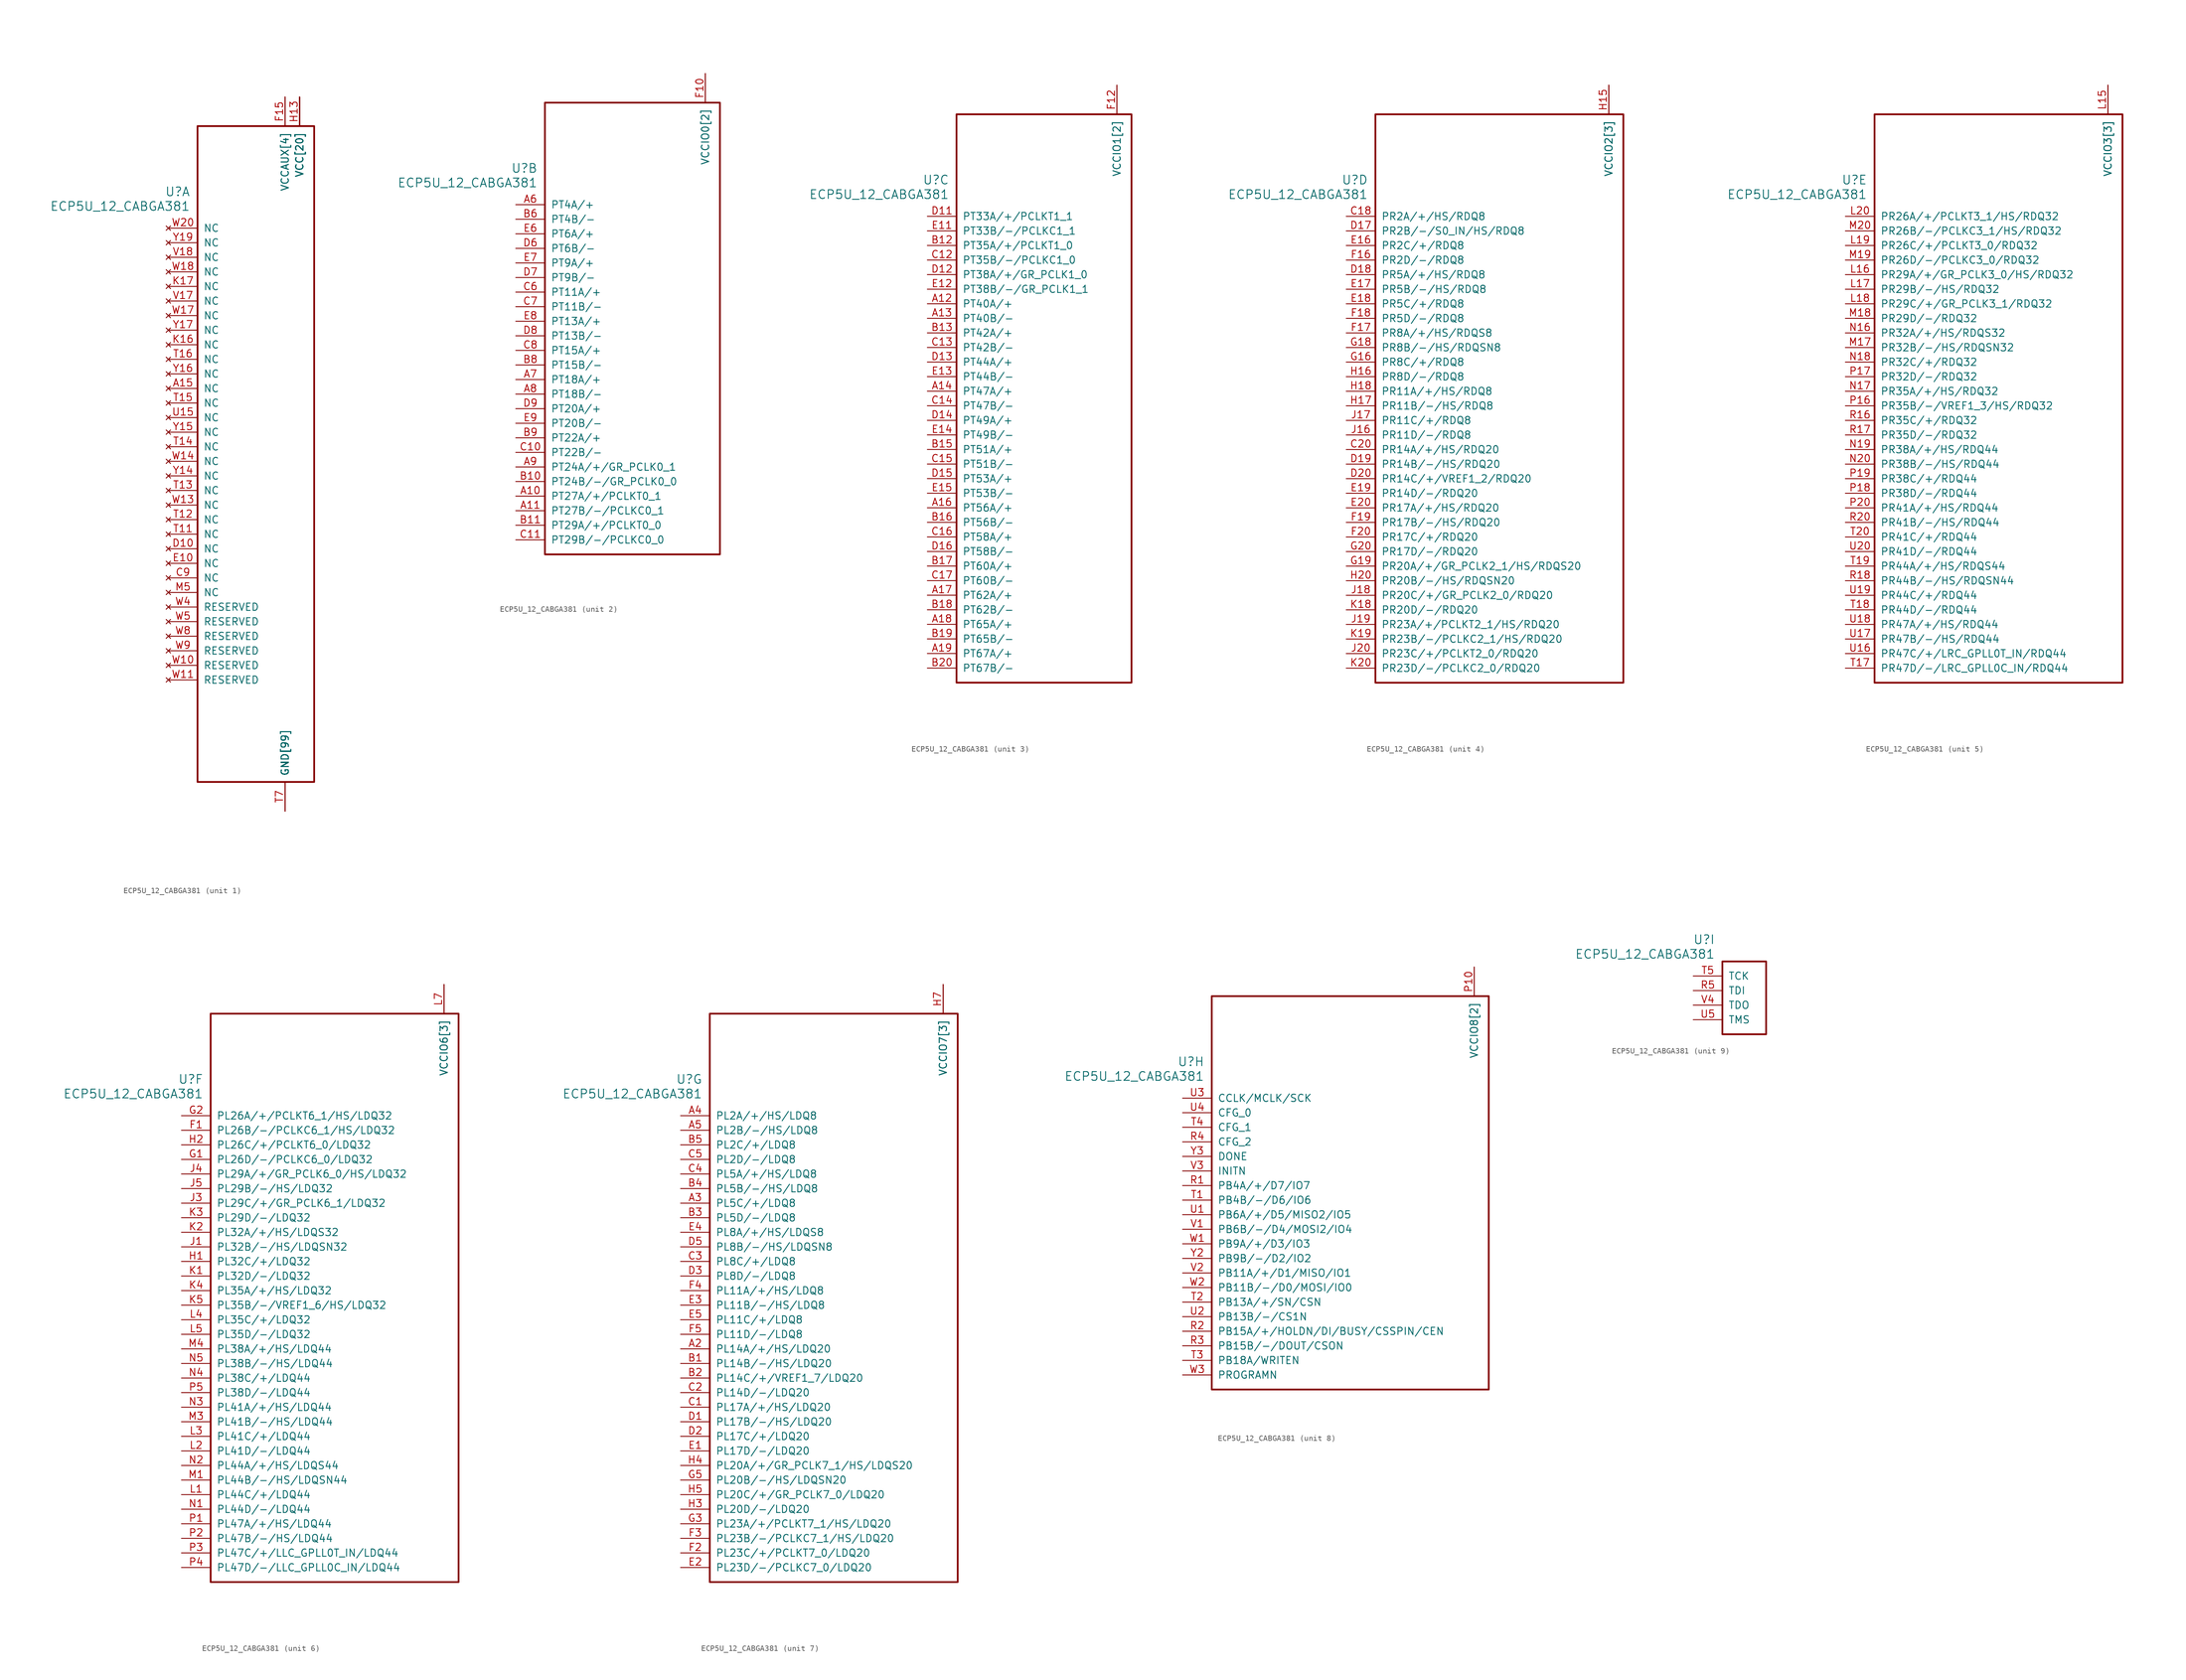
<source format=kicad_sym>
(kicad_symbol_lib
  (version 20231120)
  (generator "kicad_symbol_editor")
  (generator_version "8.0")
  (symbol "ECP5U_12_CABGA381"
    (pin_names
      (offset 1.016))
    (property "Reference" "U"
      (at 3.81 6.35 0)
      (effects (font (size 1.524 1.524)) (justify right)))
    (property "Value" "ECP5U_12_CABGA381"
      (at 3.81 3.81 0)
      (effects (font (size 1.524 1.524)) (justify right)))
    (property "ki_locked" ""
      (at 0 0 0)
      (effects (font (size 1.27 1.27))))
    (symbol "ECP5U_12_CABGA381_1_1"
      (rectangle (start 5.08 17.78) (end 25.4 -96.52) (stroke (width 0.305) (type default)) (fill (type none)))
      (pin no_connect line (at 0 -27.94 0) (length 5.08) (name "NC" (effects (font (size 1.27 1.27)))) (number "A15" (effects (font (size 1.27 1.27)))))
      (pin power_in line (at 20.32 -101.6 90) (length 5.08) (name "GND[99]" (effects (font (size 1.27 1.27)))) (number "B14" (effects (font (size 0 0)))))
      (pin power_in line (at 20.32 -101.6 90) (length 5.08) (name "GND[99]" (effects (font (size 1.27 1.27)))) (number "B7" (effects (font (size 0 0)))))
      (pin power_in line (at 20.32 -101.6 90) (length 5.08) (name "GND[99]" (effects (font (size 1.27 1.27)))) (number "C19" (effects (font (size 0 0)))))
      (pin no_connect line (at 0 -60.96 0) (length 5.08) (name "NC" (effects (font (size 1.27 1.27)))) (number "C9" (effects (font (size 1.27 1.27)))))
      (pin no_connect line (at 0 -55.88 0) (length 5.08) (name "NC" (effects (font (size 1.27 1.27)))) (number "D10" (effects (font (size 1.27 1.27)))))
      (pin power_in line (at 20.32 -101.6 90) (length 5.08) (name "GND[99]" (effects (font (size 1.27 1.27)))) (number "D4" (effects (font (size 0 0)))))
      (pin no_connect line (at 0 -58.42 0) (length 5.08) (name "NC" (effects (font (size 1.27 1.27)))) (number "E10" (effects (font (size 1.27 1.27)))))
      (pin power_in line (at 20.32 -101.6 90) (length 5.08) (name "GND[99]" (effects (font (size 1.27 1.27)))) (number "F13" (effects (font (size 0 0)))))
      (pin power_in line (at 20.32 -101.6 90) (length 5.08) (name "GND[99]" (effects (font (size 1.27 1.27)))) (number "F14" (effects (font (size 0 0)))))
      (pin power_in line (at 20.32 22.86 270) (length 5.08) (name "VCCAUX[4]" (effects (font (size 1.27 1.27)))) (number "F15" (effects (font (size 1.27 1.27)))))
      (pin power_in line (at 20.32 22.86 270) (length 5.08) (name "VCCAUX[4]" (effects (font (size 1.27 1.27)))) (number "F6" (effects (font (size 0 0)))))
      (pin power_in line (at 20.32 -101.6 90) (length 5.08) (name "GND[99]" (effects (font (size 1.27 1.27)))) (number "F7" (effects (font (size 0 0)))))
      (pin power_in line (at 20.32 -101.6 90) (length 5.08) (name "GND[99]" (effects (font (size 1.27 1.27)))) (number "F8" (effects (font (size 0 0)))))
      (pin power_in line (at 20.32 -101.6 90) (length 5.08) (name "GND[99]" (effects (font (size 1.27 1.27)))) (number "G10" (effects (font (size 0 0)))))
      (pin power_in line (at 20.32 -101.6 90) (length 5.08) (name "GND[99]" (effects (font (size 1.27 1.27)))) (number "G11" (effects (font (size 0 0)))))
      (pin power_in line (at 20.32 -101.6 90) (length 5.08) (name "GND[99]" (effects (font (size 1.27 1.27)))) (number "G12" (effects (font (size 0 0)))))
      (pin power_in line (at 20.32 -101.6 90) (length 5.08) (name "GND[99]" (effects (font (size 1.27 1.27)))) (number "G13" (effects (font (size 0 0)))))
      (pin power_in line (at 20.32 -101.6 90) (length 5.08) (name "GND[99]" (effects (font (size 1.27 1.27)))) (number "G14" (effects (font (size 0 0)))))
      (pin power_in line (at 20.32 -101.6 90) (length 5.08) (name "GND[99]" (effects (font (size 1.27 1.27)))) (number "G15" (effects (font (size 0 0)))))
      (pin power_in line (at 20.32 -101.6 90) (length 5.08) (name "GND[99]" (effects (font (size 1.27 1.27)))) (number "G17" (effects (font (size 0 0)))))
      (pin power_in line (at 20.32 -101.6 90) (length 5.08) (name "GND[99]" (effects (font (size 1.27 1.27)))) (number "G4" (effects (font (size 0 0)))))
      (pin power_in line (at 20.32 -101.6 90) (length 5.08) (name "GND[99]" (effects (font (size 1.27 1.27)))) (number "G6" (effects (font (size 0 0)))))
      (pin power_in line (at 20.32 -101.6 90) (length 5.08) (name "GND[99]" (effects (font (size 1.27 1.27)))) (number "G7" (effects (font (size 0 0)))))
      (pin power_in line (at 20.32 -101.6 90) (length 5.08) (name "GND[99]" (effects (font (size 1.27 1.27)))) (number "G8" (effects (font (size 0 0)))))
      (pin power_in line (at 20.32 -101.6 90) (length 5.08) (name "GND[99]" (effects (font (size 1.27 1.27)))) (number "G9" (effects (font (size 0 0)))))
      (pin power_in line (at 22.86 22.86 270) (length 5.08) (name "VCC[20]" (effects (font (size 1.27 1.27)))) (number "H10" (effects (font (size 0 0)))))
      (pin power_in line (at 22.86 22.86 270) (length 5.08) (name "VCC[20]" (effects (font (size 1.27 1.27)))) (number "H11" (effects (font (size 0 0)))))
      (pin power_in line (at 22.86 22.86 270) (length 5.08) (name "VCC[20]" (effects (font (size 1.27 1.27)))) (number "H12" (effects (font (size 0 0)))))
      (pin power_in line (at 22.86 22.86 270) (length 5.08) (name "VCC[20]" (effects (font (size 1.27 1.27)))) (number "H13" (effects (font (size 1.27 1.27)))))
      (pin power_in line (at 20.32 -101.6 90) (length 5.08) (name "GND[99]" (effects (font (size 1.27 1.27)))) (number "H19" (effects (font (size 0 0)))))
      (pin power_in line (at 22.86 22.86 270) (length 5.08) (name "VCC[20]" (effects (font (size 1.27 1.27)))) (number "H8" (effects (font (size 0 0)))))
      (pin power_in line (at 22.86 22.86 270) (length 5.08) (name "VCC[20]" (effects (font (size 1.27 1.27)))) (number "H9" (effects (font (size 0 0)))))
      (pin power_in line (at 20.32 -101.6 90) (length 5.08) (name "GND[99]" (effects (font (size 1.27 1.27)))) (number "J10" (effects (font (size 0 0)))))
      (pin power_in line (at 20.32 -101.6 90) (length 5.08) (name "GND[99]" (effects (font (size 1.27 1.27)))) (number "J11" (effects (font (size 0 0)))))
      (pin power_in line (at 20.32 -101.6 90) (length 5.08) (name "GND[99]" (effects (font (size 1.27 1.27)))) (number "J12" (effects (font (size 0 0)))))
      (pin power_in line (at 22.86 22.86 270) (length 5.08) (name "VCC[20]" (effects (font (size 1.27 1.27)))) (number "J13" (effects (font (size 0 0)))))
      (pin power_in line (at 20.32 -101.6 90) (length 5.08) (name "GND[99]" (effects (font (size 1.27 1.27)))) (number "J14" (effects (font (size 0 0)))))
      (pin power_in line (at 20.32 -101.6 90) (length 5.08) (name "GND[99]" (effects (font (size 1.27 1.27)))) (number "J2" (effects (font (size 0 0)))))
      (pin power_in line (at 20.32 -101.6 90) (length 5.08) (name "GND[99]" (effects (font (size 1.27 1.27)))) (number "J7" (effects (font (size 0 0)))))
      (pin power_in line (at 22.86 22.86 270) (length 5.08) (name "VCC[20]" (effects (font (size 1.27 1.27)))) (number "J8" (effects (font (size 0 0)))))
      (pin power_in line (at 20.32 -101.6 90) (length 5.08) (name "GND[99]" (effects (font (size 1.27 1.27)))) (number "J9" (effects (font (size 0 0)))))
      (pin power_in line (at 20.32 -101.6 90) (length 5.08) (name "GND[99]" (effects (font (size 1.27 1.27)))) (number "K10" (effects (font (size 0 0)))))
      (pin power_in line (at 20.32 -101.6 90) (length 5.08) (name "GND[99]" (effects (font (size 1.27 1.27)))) (number "K11" (effects (font (size 0 0)))))
      (pin power_in line (at 20.32 -101.6 90) (length 5.08) (name "GND[99]" (effects (font (size 1.27 1.27)))) (number "K12" (effects (font (size 0 0)))))
      (pin power_in line (at 22.86 22.86 270) (length 5.08) (name "VCC[20]" (effects (font (size 1.27 1.27)))) (number "K13" (effects (font (size 0 0)))))
      (pin power_in line (at 20.32 -101.6 90) (length 5.08) (name "GND[99]" (effects (font (size 1.27 1.27)))) (number "K14" (effects (font (size 0 0)))))
      (pin power_in line (at 20.32 -101.6 90) (length 5.08) (name "GND[99]" (effects (font (size 1.27 1.27)))) (number "K15" (effects (font (size 0 0)))))
      (pin no_connect line (at 0 -20.32 0) (length 5.08) (name "NC" (effects (font (size 1.27 1.27)))) (number "K16" (effects (font (size 1.27 1.27)))))
      (pin no_connect line (at 0 -10.16 0) (length 5.08) (name "NC" (effects (font (size 1.27 1.27)))) (number "K17" (effects (font (size 1.27 1.27)))))
      (pin power_in line (at 20.32 -101.6 90) (length 5.08) (name "GND[99]" (effects (font (size 1.27 1.27)))) (number "K6" (effects (font (size 0 0)))))
      (pin power_in line (at 20.32 -101.6 90) (length 5.08) (name "GND[99]" (effects (font (size 1.27 1.27)))) (number "K7" (effects (font (size 0 0)))))
      (pin power_in line (at 22.86 22.86 270) (length 5.08) (name "VCC[20]" (effects (font (size 1.27 1.27)))) (number "K8" (effects (font (size 0 0)))))
      (pin power_in line (at 20.32 -101.6 90) (length 5.08) (name "GND[99]" (effects (font (size 1.27 1.27)))) (number "K9" (effects (font (size 0 0)))))
      (pin power_in line (at 20.32 -101.6 90) (length 5.08) (name "GND[99]" (effects (font (size 1.27 1.27)))) (number "L10" (effects (font (size 0 0)))))
      (pin power_in line (at 20.32 -101.6 90) (length 5.08) (name "GND[99]" (effects (font (size 1.27 1.27)))) (number "L11" (effects (font (size 0 0)))))
      (pin power_in line (at 20.32 -101.6 90) (length 5.08) (name "GND[99]" (effects (font (size 1.27 1.27)))) (number "L12" (effects (font (size 0 0)))))
      (pin power_in line (at 22.86 22.86 270) (length 5.08) (name "VCC[20]" (effects (font (size 1.27 1.27)))) (number "L13" (effects (font (size 0 0)))))
      (pin power_in line (at 22.86 22.86 270) (length 5.08) (name "VCC[20]" (effects (font (size 1.27 1.27)))) (number "L8" (effects (font (size 0 0)))))
      (pin power_in line (at 20.32 -101.6 90) (length 5.08) (name "GND[99]" (effects (font (size 1.27 1.27)))) (number "L9" (effects (font (size 0 0)))))
      (pin power_in line (at 20.32 -101.6 90) (length 5.08) (name "GND[99]" (effects (font (size 1.27 1.27)))) (number "M10" (effects (font (size 0 0)))))
      (pin power_in line (at 20.32 -101.6 90) (length 5.08) (name "GND[99]" (effects (font (size 1.27 1.27)))) (number "M11" (effects (font (size 0 0)))))
      (pin power_in line (at 20.32 -101.6 90) (length 5.08) (name "GND[99]" (effects (font (size 1.27 1.27)))) (number "M12" (effects (font (size 0 0)))))
      (pin power_in line (at 22.86 22.86 270) (length 5.08) (name "VCC[20]" (effects (font (size 1.27 1.27)))) (number "M13" (effects (font (size 0 0)))))
      (pin power_in line (at 20.32 -101.6 90) (length 5.08) (name "GND[99]" (effects (font (size 1.27 1.27)))) (number "M14" (effects (font (size 0 0)))))
      (pin power_in line (at 20.32 -101.6 90) (length 5.08) (name "GND[99]" (effects (font (size 1.27 1.27)))) (number "M16" (effects (font (size 0 0)))))
      (pin power_in line (at 20.32 -101.6 90) (length 5.08) (name "GND[99]" (effects (font (size 1.27 1.27)))) (number "M2" (effects (font (size 0 0)))))
      (pin no_connect line (at 0 -63.5 0) (length 5.08) (name "NC" (effects (font (size 1.27 1.27)))) (number "M5" (effects (font (size 1.27 1.27)))))
      (pin power_in line (at 20.32 -101.6 90) (length 5.08) (name "GND[99]" (effects (font (size 1.27 1.27)))) (number "M7" (effects (font (size 0 0)))))
      (pin power_in line (at 22.86 22.86 270) (length 5.08) (name "VCC[20]" (effects (font (size 1.27 1.27)))) (number "M8" (effects (font (size 0 0)))))
      (pin power_in line (at 20.32 -101.6 90) (length 5.08) (name "GND[99]" (effects (font (size 1.27 1.27)))) (number "M9" (effects (font (size 0 0)))))
      (pin power_in line (at 22.86 22.86 270) (length 5.08) (name "VCC[20]" (effects (font (size 1.27 1.27)))) (number "N10" (effects (font (size 0 0)))))
      (pin power_in line (at 22.86 22.86 270) (length 5.08) (name "VCC[20]" (effects (font (size 1.27 1.27)))) (number "N11" (effects (font (size 0 0)))))
      (pin power_in line (at 22.86 22.86 270) (length 5.08) (name "VCC[20]" (effects (font (size 1.27 1.27)))) (number "N12" (effects (font (size 0 0)))))
      (pin power_in line (at 22.86 22.86 270) (length 5.08) (name "VCC[20]" (effects (font (size 1.27 1.27)))) (number "N13" (effects (font (size 0 0)))))
      (pin power_in line (at 20.32 -101.6 90) (length 5.08) (name "GND[99]" (effects (font (size 1.27 1.27)))) (number "N14" (effects (font (size 0 0)))))
      (pin power_in line (at 20.32 -101.6 90) (length 5.08) (name "GND[99]" (effects (font (size 1.27 1.27)))) (number "N15" (effects (font (size 0 0)))))
      (pin power_in line (at 20.32 -101.6 90) (length 5.08) (name "GND[99]" (effects (font (size 1.27 1.27)))) (number "N6" (effects (font (size 0 0)))))
      (pin power_in line (at 20.32 -101.6 90) (length 5.08) (name "GND[99]" (effects (font (size 1.27 1.27)))) (number "N7" (effects (font (size 0 0)))))
      (pin power_in line (at 22.86 22.86 270) (length 5.08) (name "VCC[20]" (effects (font (size 1.27 1.27)))) (number "N8" (effects (font (size 0 0)))))
      (pin power_in line (at 22.86 22.86 270) (length 5.08) (name "VCC[20]" (effects (font (size 1.27 1.27)))) (number "N9" (effects (font (size 0 0)))))
      (pin power_in line (at 20.32 -101.6 90) (length 5.08) (name "GND[99]" (effects (font (size 1.27 1.27)))) (number "P11" (effects (font (size 0 0)))))
      (pin power_in line (at 20.32 -101.6 90) (length 5.08) (name "GND[99]" (effects (font (size 1.27 1.27)))) (number "P12" (effects (font (size 0 0)))))
      (pin power_in line (at 20.32 -101.6 90) (length 5.08) (name "GND[99]" (effects (font (size 1.27 1.27)))) (number "P13" (effects (font (size 0 0)))))
      (pin power_in line (at 20.32 -101.6 90) (length 5.08) (name "GND[99]" (effects (font (size 1.27 1.27)))) (number "P14" (effects (font (size 0 0)))))
      (pin power_in line (at 20.32 22.86 270) (length 5.08) (name "VCCAUX[4]" (effects (font (size 1.27 1.27)))) (number "P15" (effects (font (size 0 0)))))
      (pin power_in line (at 20.32 22.86 270) (length 5.08) (name "VCCAUX[4]" (effects (font (size 1.27 1.27)))) (number "P6" (effects (font (size 0 0)))))
      (pin power_in line (at 20.32 -101.6 90) (length 5.08) (name "GND[99]" (effects (font (size 1.27 1.27)))) (number "P7" (effects (font (size 0 0)))))
      (pin power_in line (at 20.32 -101.6 90) (length 5.08) (name "GND[99]" (effects (font (size 1.27 1.27)))) (number "P8" (effects (font (size 0 0)))))
      (pin power_in line (at 20.32 -101.6 90) (length 5.08) (name "GND[99]" (effects (font (size 1.27 1.27)))) (number "R19" (effects (font (size 0 0)))))
      (pin power_in line (at 20.32 -101.6 90) (length 5.08) (name "GND[99]" (effects (font (size 1.27 1.27)))) (number "T10" (effects (font (size 0 0)))))
      (pin no_connect line (at 0 -53.34 0) (length 5.08) (name "NC" (effects (font (size 1.27 1.27)))) (number "T11" (effects (font (size 1.27 1.27)))))
      (pin no_connect line (at 0 -50.8 0) (length 5.08) (name "NC" (effects (font (size 1.27 1.27)))) (number "T12" (effects (font (size 1.27 1.27)))))
      (pin no_connect line (at 0 -45.72 0) (length 5.08) (name "NC" (effects (font (size 1.27 1.27)))) (number "T13" (effects (font (size 1.27 1.27)))))
      (pin no_connect line (at 0 -38.1 0) (length 5.08) (name "NC" (effects (font (size 1.27 1.27)))) (number "T14" (effects (font (size 1.27 1.27)))))
      (pin no_connect line (at 0 -30.48 0) (length 5.08) (name "NC" (effects (font (size 1.27 1.27)))) (number "T15" (effects (font (size 1.27 1.27)))))
      (pin no_connect line (at 0 -22.86 0) (length 5.08) (name "NC" (effects (font (size 1.27 1.27)))) (number "T16" (effects (font (size 1.27 1.27)))))
      (pin power_in line (at 20.32 -101.6 90) (length 5.08) (name "GND[99]" (effects (font (size 1.27 1.27)))) (number "T6" (effects (font (size 0 0)))))
      (pin power_in line (at 20.32 -101.6 90) (length 5.08) (name "GND[99]" (effects (font (size 1.27 1.27)))) (number "T7" (effects (font (size 1.27 1.27)))))
      (pin power_in line (at 20.32 -101.6 90) (length 5.08) (name "GND[99]" (effects (font (size 1.27 1.27)))) (number "T8" (effects (font (size 0 0)))))
      (pin power_in line (at 20.32 -101.6 90) (length 5.08) (name "GND[99]" (effects (font (size 1.27 1.27)))) (number "T9" (effects (font (size 0 0)))))
      (pin power_in line (at 20.32 -101.6 90) (length 5.08) (name "GND[99]" (effects (font (size 1.27 1.27)))) (number "U10" (effects (font (size 0 0)))))
      (pin power_in line (at 20.32 -101.6 90) (length 5.08) (name "GND[99]" (effects (font (size 1.27 1.27)))) (number "U11" (effects (font (size 0 0)))))
      (pin power_in line (at 20.32 -101.6 90) (length 5.08) (name "GND[99]" (effects (font (size 1.27 1.27)))) (number "U12" (effects (font (size 0 0)))))
      (pin power_in line (at 20.32 -101.6 90) (length 5.08) (name "GND[99]" (effects (font (size 1.27 1.27)))) (number "U13" (effects (font (size 0 0)))))
      (pin power_in line (at 20.32 -101.6 90) (length 5.08) (name "GND[99]" (effects (font (size 1.27 1.27)))) (number "U14" (effects (font (size 0 0)))))
      (pin no_connect line (at 0 -33.02 0) (length 5.08) (name "NC" (effects (font (size 1.27 1.27)))) (number "U15" (effects (font (size 1.27 1.27)))))
      (pin power_in line (at 20.32 -101.6 90) (length 5.08) (name "GND[99]" (effects (font (size 1.27 1.27)))) (number "U6" (effects (font (size 0 0)))))
      (pin power_in line (at 20.32 -101.6 90) (length 5.08) (name "GND[99]" (effects (font (size 1.27 1.27)))) (number "U7" (effects (font (size 0 0)))))
      (pin power_in line (at 20.32 -101.6 90) (length 5.08) (name "GND[99]" (effects (font (size 1.27 1.27)))) (number "U8" (effects (font (size 0 0)))))
      (pin power_in line (at 20.32 -101.6 90) (length 5.08) (name "GND[99]" (effects (font (size 1.27 1.27)))) (number "U9" (effects (font (size 0 0)))))
      (pin power_in line (at 20.32 -101.6 90) (length 5.08) (name "GND[99]" (effects (font (size 1.27 1.27)))) (number "V10" (effects (font (size 0 0)))))
      (pin power_in line (at 20.32 -101.6 90) (length 5.08) (name "GND[99]" (effects (font (size 1.27 1.27)))) (number "V11" (effects (font (size 0 0)))))
      (pin power_in line (at 20.32 -101.6 90) (length 5.08) (name "GND[99]" (effects (font (size 1.27 1.27)))) (number "V12" (effects (font (size 0 0)))))
      (pin power_in line (at 20.32 -101.6 90) (length 5.08) (name "GND[99]" (effects (font (size 1.27 1.27)))) (number "V13" (effects (font (size 0 0)))))
      (pin power_in line (at 20.32 -101.6 90) (length 5.08) (name "GND[99]" (effects (font (size 1.27 1.27)))) (number "V14" (effects (font (size 0 0)))))
      (pin power_in line (at 20.32 -101.6 90) (length 5.08) (name "GND[99]" (effects (font (size 1.27 1.27)))) (number "V15" (effects (font (size 0 0)))))
      (pin power_in line (at 20.32 -101.6 90) (length 5.08) (name "GND[99]" (effects (font (size 1.27 1.27)))) (number "V16" (effects (font (size 0 0)))))
      (pin no_connect line (at 0 -12.7 0) (length 5.08) (name "NC" (effects (font (size 1.27 1.27)))) (number "V17" (effects (font (size 1.27 1.27)))))
      (pin no_connect line (at 0 -5.08 0) (length 5.08) (name "NC" (effects (font (size 1.27 1.27)))) (number "V18" (effects (font (size 1.27 1.27)))))
      (pin power_in line (at 20.32 -101.6 90) (length 5.08) (name "GND[99]" (effects (font (size 1.27 1.27)))) (number "V19" (effects (font (size 0 0)))))
      (pin power_in line (at 20.32 -101.6 90) (length 5.08) (name "GND[99]" (effects (font (size 1.27 1.27)))) (number "V20" (effects (font (size 0 0)))))
      (pin power_in line (at 20.32 -101.6 90) (length 5.08) (name "GND[99]" (effects (font (size 1.27 1.27)))) (number "V5" (effects (font (size 0 0)))))
      (pin power_in line (at 20.32 -101.6 90) (length 5.08) (name "GND[99]" (effects (font (size 1.27 1.27)))) (number "V6" (effects (font (size 0 0)))))
      (pin power_in line (at 20.32 -101.6 90) (length 5.08) (name "GND[99]" (effects (font (size 1.27 1.27)))) (number "V7" (effects (font (size 0 0)))))
      (pin power_in line (at 20.32 -101.6 90) (length 5.08) (name "GND[99]" (effects (font (size 1.27 1.27)))) (number "V8" (effects (font (size 0 0)))))
      (pin power_in line (at 20.32 -101.6 90) (length 5.08) (name "GND[99]" (effects (font (size 1.27 1.27)))) (number "V9" (effects (font (size 0 0)))))
      (pin no_connect line (at 0 -76.2 0) (length 5.08) (name "RESERVED" (effects (font (size 1.27 1.27)))) (number "W10" (effects (font (size 1.27 1.27)))))
      (pin no_connect line (at 0 -78.74 0) (length 5.08) (name "RESERVED" (effects (font (size 1.27 1.27)))) (number "W11" (effects (font (size 1.27 1.27)))))
      (pin power_in line (at 20.32 -101.6 90) (length 5.08) (name "GND[99]" (effects (font (size 1.27 1.27)))) (number "W12" (effects (font (size 0 0)))))
      (pin no_connect line (at 0 -48.26 0) (length 5.08) (name "NC" (effects (font (size 1.27 1.27)))) (number "W13" (effects (font (size 1.27 1.27)))))
      (pin no_connect line (at 0 -40.64 0) (length 5.08) (name "NC" (effects (font (size 1.27 1.27)))) (number "W14" (effects (font (size 1.27 1.27)))))
      (pin power_in line (at 20.32 -101.6 90) (length 5.08) (name "GND[99]" (effects (font (size 1.27 1.27)))) (number "W15" (effects (font (size 0 0)))))
      (pin power_in line (at 20.32 -101.6 90) (length 5.08) (name "GND[99]" (effects (font (size 1.27 1.27)))) (number "W16" (effects (font (size 0 0)))))
      (pin no_connect line (at 0 -15.24 0) (length 5.08) (name "NC" (effects (font (size 1.27 1.27)))) (number "W17" (effects (font (size 1.27 1.27)))))
      (pin no_connect line (at 0 -7.62 0) (length 5.08) (name "NC" (effects (font (size 1.27 1.27)))) (number "W18" (effects (font (size 1.27 1.27)))))
      (pin power_in line (at 20.32 -101.6 90) (length 5.08) (name "GND[99]" (effects (font (size 1.27 1.27)))) (number "W19" (effects (font (size 0 0)))))
      (pin no_connect line (at 0 0 0) (length 5.08) (name "NC" (effects (font (size 1.27 1.27)))) (number "W20" (effects (font (size 1.27 1.27)))))
      (pin no_connect line (at 0 -66.04 0) (length 5.08) (name "RESERVED" (effects (font (size 1.27 1.27)))) (number "W4" (effects (font (size 1.27 1.27)))))
      (pin no_connect line (at 0 -68.58 0) (length 5.08) (name "RESERVED" (effects (font (size 1.27 1.27)))) (number "W5" (effects (font (size 1.27 1.27)))))
      (pin power_in line (at 20.32 -101.6 90) (length 5.08) (name "GND[99]" (effects (font (size 1.27 1.27)))) (number "W6" (effects (font (size 0 0)))))
      (pin power_in line (at 20.32 -101.6 90) (length 5.08) (name "GND[99]" (effects (font (size 1.27 1.27)))) (number "W7" (effects (font (size 0 0)))))
      (pin no_connect line (at 0 -71.12 0) (length 5.08) (name "RESERVED" (effects (font (size 1.27 1.27)))) (number "W8" (effects (font (size 1.27 1.27)))))
      (pin no_connect line (at 0 -73.66 0) (length 5.08) (name "RESERVED" (effects (font (size 1.27 1.27)))) (number "W9" (effects (font (size 1.27 1.27)))))
      (pin power_in line (at 20.32 -101.6 90) (length 5.08) (name "GND[99]" (effects (font (size 1.27 1.27)))) (number "Y11" (effects (font (size 0 0)))))
      (pin power_in line (at 20.32 -101.6 90) (length 5.08) (name "GND[99]" (effects (font (size 1.27 1.27)))) (number "Y12" (effects (font (size 0 0)))))
      (pin no_connect line (at 0 -43.18 0) (length 5.08) (name "NC" (effects (font (size 1.27 1.27)))) (number "Y14" (effects (font (size 1.27 1.27)))))
      (pin no_connect line (at 0 -35.56 0) (length 5.08) (name "NC" (effects (font (size 1.27 1.27)))) (number "Y15" (effects (font (size 1.27 1.27)))))
      (pin no_connect line (at 0 -25.4 0) (length 5.08) (name "NC" (effects (font (size 1.27 1.27)))) (number "Y16" (effects (font (size 1.27 1.27)))))
      (pin no_connect line (at 0 -17.78 0) (length 5.08) (name "NC" (effects (font (size 1.27 1.27)))) (number "Y17" (effects (font (size 1.27 1.27)))))
      (pin no_connect line (at 0 -2.54 0) (length 5.08) (name "NC" (effects (font (size 1.27 1.27)))) (number "Y19" (effects (font (size 1.27 1.27)))))
      (pin power_in line (at 20.32 -101.6 90) (length 5.08) (name "GND[99]" (effects (font (size 1.27 1.27)))) (number "Y5" (effects (font (size 0 0)))))
      (pin power_in line (at 20.32 -101.6 90) (length 5.08) (name "GND[99]" (effects (font (size 1.27 1.27)))) (number "Y6" (effects (font (size 0 0)))))
      (pin power_in line (at 20.32 -101.6 90) (length 5.08) (name "GND[99]" (effects (font (size 1.27 1.27)))) (number "Y7" (effects (font (size 0 0)))))
      (pin power_in line (at 20.32 -101.6 90) (length 5.08) (name "GND[99]" (effects (font (size 1.27 1.27)))) (number "Y8" (effects (font (size 0 0))))))
    (symbol "ECP5U_12_CABGA381_2_1"
      (rectangle (start 5.08 17.78) (end 35.56 -60.96) (stroke (width 0.305) (type default)) (fill (type none)))
      (pin bidirectional line (at 0 -50.8 0) (length 5.08) (name "PT27A/+/PCLKT0_1" (effects (font (size 1.27 1.27)))) (number "A10" (effects (font (size 1.27 1.27)))))
      (pin bidirectional line (at 0 -53.34 0) (length 5.08) (name "PT27B/-/PCLKC0_1" (effects (font (size 1.27 1.27)))) (number "A11" (effects (font (size 1.27 1.27)))))
      (pin bidirectional line (at 0 0 0) (length 5.08) (name "PT4A/+" (effects (font (size 1.27 1.27)))) (number "A6" (effects (font (size 1.27 1.27)))))
      (pin bidirectional line (at 0 -30.48 0) (length 5.08) (name "PT18A/+" (effects (font (size 1.27 1.27)))) (number "A7" (effects (font (size 1.27 1.27)))))
      (pin bidirectional line (at 0 -33.02 0) (length 5.08) (name "PT18B/-" (effects (font (size 1.27 1.27)))) (number "A8" (effects (font (size 1.27 1.27)))))
      (pin bidirectional line (at 0 -45.72 0) (length 5.08) (name "PT24A/+/GR_PCLK0_1" (effects (font (size 1.27 1.27)))) (number "A9" (effects (font (size 1.27 1.27)))))
      (pin bidirectional line (at 0 -48.26 0) (length 5.08) (name "PT24B/-/GR_PCLK0_0" (effects (font (size 1.27 1.27)))) (number "B10" (effects (font (size 1.27 1.27)))))
      (pin bidirectional line (at 0 -55.88 0) (length 5.08) (name "PT29A/+/PCLKT0_0" (effects (font (size 1.27 1.27)))) (number "B11" (effects (font (size 1.27 1.27)))))
      (pin bidirectional line (at 0 -2.54 0) (length 5.08) (name "PT4B/-" (effects (font (size 1.27 1.27)))) (number "B6" (effects (font (size 1.27 1.27)))))
      (pin bidirectional line (at 0 -27.94 0) (length 5.08) (name "PT15B/-" (effects (font (size 1.27 1.27)))) (number "B8" (effects (font (size 1.27 1.27)))))
      (pin bidirectional line (at 0 -40.64 0) (length 5.08) (name "PT22A/+" (effects (font (size 1.27 1.27)))) (number "B9" (effects (font (size 1.27 1.27)))))
      (pin bidirectional line (at 0 -43.18 0) (length 5.08) (name "PT22B/-" (effects (font (size 1.27 1.27)))) (number "C10" (effects (font (size 1.27 1.27)))))
      (pin bidirectional line (at 0 -58.42 0) (length 5.08) (name "PT29B/-/PCLKC0_0" (effects (font (size 1.27 1.27)))) (number "C11" (effects (font (size 1.27 1.27)))))
      (pin bidirectional line (at 0 -15.24 0) (length 5.08) (name "PT11A/+" (effects (font (size 1.27 1.27)))) (number "C6" (effects (font (size 1.27 1.27)))))
      (pin bidirectional line (at 0 -17.78 0) (length 5.08) (name "PT11B/-" (effects (font (size 1.27 1.27)))) (number "C7" (effects (font (size 1.27 1.27)))))
      (pin bidirectional line (at 0 -25.4 0) (length 5.08) (name "PT15A/+" (effects (font (size 1.27 1.27)))) (number "C8" (effects (font (size 1.27 1.27)))))
      (pin bidirectional line (at 0 -7.62 0) (length 5.08) (name "PT6B/-" (effects (font (size 1.27 1.27)))) (number "D6" (effects (font (size 1.27 1.27)))))
      (pin bidirectional line (at 0 -12.7 0) (length 5.08) (name "PT9B/-" (effects (font (size 1.27 1.27)))) (number "D7" (effects (font (size 1.27 1.27)))))
      (pin bidirectional line (at 0 -22.86 0) (length 5.08) (name "PT13B/-" (effects (font (size 1.27 1.27)))) (number "D8" (effects (font (size 1.27 1.27)))))
      (pin bidirectional line (at 0 -35.56 0) (length 5.08) (name "PT20A/+" (effects (font (size 1.27 1.27)))) (number "D9" (effects (font (size 1.27 1.27)))))
      (pin bidirectional line (at 0 -5.08 0) (length 5.08) (name "PT6A/+" (effects (font (size 1.27 1.27)))) (number "E6" (effects (font (size 1.27 1.27)))))
      (pin bidirectional line (at 0 -10.16 0) (length 5.08) (name "PT9A/+" (effects (font (size 1.27 1.27)))) (number "E7" (effects (font (size 1.27 1.27)))))
      (pin bidirectional line (at 0 -20.32 0) (length 5.08) (name "PT13A/+" (effects (font (size 1.27 1.27)))) (number "E8" (effects (font (size 1.27 1.27)))))
      (pin bidirectional line (at 0 -38.1 0) (length 5.08) (name "PT20B/-" (effects (font (size 1.27 1.27)))) (number "E9" (effects (font (size 1.27 1.27)))))
      (pin power_in line (at 33.02 22.86 270) (length 5.08) (name "VCCIO0[2]" (effects (font (size 1.27 1.27)))) (number "F10" (effects (font (size 1.27 1.27)))))
      (pin power_in line (at 33.02 22.86 270) (length 5.08) (name "VCCIO0[2]" (effects (font (size 1.27 1.27)))) (number "F9" (effects (font (size 0 0))))))
    (symbol "ECP5U_12_CABGA381_3_1"
      (rectangle (start 5.08 17.78) (end 35.56 -81.28) (stroke (width 0.305) (type default)) (fill (type none)))
      (pin bidirectional line (at 0 -15.24 0) (length 5.08) (name "PT40A/+" (effects (font (size 1.27 1.27)))) (number "A12" (effects (font (size 1.27 1.27)))))
      (pin bidirectional line (at 0 -17.78 0) (length 5.08) (name "PT40B/-" (effects (font (size 1.27 1.27)))) (number "A13" (effects (font (size 1.27 1.27)))))
      (pin bidirectional line (at 0 -30.48 0) (length 5.08) (name "PT47A/+" (effects (font (size 1.27 1.27)))) (number "A14" (effects (font (size 1.27 1.27)))))
      (pin bidirectional line (at 0 -50.8 0) (length 5.08) (name "PT56A/+" (effects (font (size 1.27 1.27)))) (number "A16" (effects (font (size 1.27 1.27)))))
      (pin bidirectional line (at 0 -66.04 0) (length 5.08) (name "PT62A/+" (effects (font (size 1.27 1.27)))) (number "A17" (effects (font (size 1.27 1.27)))))
      (pin bidirectional line (at 0 -71.12 0) (length 5.08) (name "PT65A/+" (effects (font (size 1.27 1.27)))) (number "A18" (effects (font (size 1.27 1.27)))))
      (pin bidirectional line (at 0 -76.2 0) (length 5.08) (name "PT67A/+" (effects (font (size 1.27 1.27)))) (number "A19" (effects (font (size 1.27 1.27)))))
      (pin bidirectional line (at 0 -5.08 0) (length 5.08) (name "PT35A/+/PCLKT1_0" (effects (font (size 1.27 1.27)))) (number "B12" (effects (font (size 1.27 1.27)))))
      (pin bidirectional line (at 0 -20.32 0) (length 5.08) (name "PT42A/+" (effects (font (size 1.27 1.27)))) (number "B13" (effects (font (size 1.27 1.27)))))
      (pin bidirectional line (at 0 -40.64 0) (length 5.08) (name "PT51A/+" (effects (font (size 1.27 1.27)))) (number "B15" (effects (font (size 1.27 1.27)))))
      (pin bidirectional line (at 0 -53.34 0) (length 5.08) (name "PT56B/-" (effects (font (size 1.27 1.27)))) (number "B16" (effects (font (size 1.27 1.27)))))
      (pin bidirectional line (at 0 -60.96 0) (length 5.08) (name "PT60A/+" (effects (font (size 1.27 1.27)))) (number "B17" (effects (font (size 1.27 1.27)))))
      (pin bidirectional line (at 0 -68.58 0) (length 5.08) (name "PT62B/-" (effects (font (size 1.27 1.27)))) (number "B18" (effects (font (size 1.27 1.27)))))
      (pin bidirectional line (at 0 -73.66 0) (length 5.08) (name "PT65B/-" (effects (font (size 1.27 1.27)))) (number "B19" (effects (font (size 1.27 1.27)))))
      (pin bidirectional line (at 0 -78.74 0) (length 5.08) (name "PT67B/-" (effects (font (size 1.27 1.27)))) (number "B20" (effects (font (size 1.27 1.27)))))
      (pin bidirectional line (at 0 -7.62 0) (length 5.08) (name "PT35B/-/PCLKC1_0" (effects (font (size 1.27 1.27)))) (number "C12" (effects (font (size 1.27 1.27)))))
      (pin bidirectional line (at 0 -22.86 0) (length 5.08) (name "PT42B/-" (effects (font (size 1.27 1.27)))) (number "C13" (effects (font (size 1.27 1.27)))))
      (pin bidirectional line (at 0 -33.02 0) (length 5.08) (name "PT47B/-" (effects (font (size 1.27 1.27)))) (number "C14" (effects (font (size 1.27 1.27)))))
      (pin bidirectional line (at 0 -43.18 0) (length 5.08) (name "PT51B/-" (effects (font (size 1.27 1.27)))) (number "C15" (effects (font (size 1.27 1.27)))))
      (pin bidirectional line (at 0 -55.88 0) (length 5.08) (name "PT58A/+" (effects (font (size 1.27 1.27)))) (number "C16" (effects (font (size 1.27 1.27)))))
      (pin bidirectional line (at 0 -63.5 0) (length 5.08) (name "PT60B/-" (effects (font (size 1.27 1.27)))) (number "C17" (effects (font (size 1.27 1.27)))))
      (pin bidirectional line (at 0 0 0) (length 5.08) (name "PT33A/+/PCLKT1_1" (effects (font (size 1.27 1.27)))) (number "D11" (effects (font (size 1.27 1.27)))))
      (pin bidirectional line (at 0 -10.16 0) (length 5.08) (name "PT38A/+/GR_PCLK1_0" (effects (font (size 1.27 1.27)))) (number "D12" (effects (font (size 1.27 1.27)))))
      (pin bidirectional line (at 0 -25.4 0) (length 5.08) (name "PT44A/+" (effects (font (size 1.27 1.27)))) (number "D13" (effects (font (size 1.27 1.27)))))
      (pin bidirectional line (at 0 -35.56 0) (length 5.08) (name "PT49A/+" (effects (font (size 1.27 1.27)))) (number "D14" (effects (font (size 1.27 1.27)))))
      (pin bidirectional line (at 0 -45.72 0) (length 5.08) (name "PT53A/+" (effects (font (size 1.27 1.27)))) (number "D15" (effects (font (size 1.27 1.27)))))
      (pin bidirectional line (at 0 -58.42 0) (length 5.08) (name "PT58B/-" (effects (font (size 1.27 1.27)))) (number "D16" (effects (font (size 1.27 1.27)))))
      (pin bidirectional line (at 0 -2.54 0) (length 5.08) (name "PT33B/-/PCLKC1_1" (effects (font (size 1.27 1.27)))) (number "E11" (effects (font (size 1.27 1.27)))))
      (pin bidirectional line (at 0 -12.7 0) (length 5.08) (name "PT38B/-/GR_PCLK1_1" (effects (font (size 1.27 1.27)))) (number "E12" (effects (font (size 1.27 1.27)))))
      (pin bidirectional line (at 0 -27.94 0) (length 5.08) (name "PT44B/-" (effects (font (size 1.27 1.27)))) (number "E13" (effects (font (size 1.27 1.27)))))
      (pin bidirectional line (at 0 -38.1 0) (length 5.08) (name "PT49B/-" (effects (font (size 1.27 1.27)))) (number "E14" (effects (font (size 1.27 1.27)))))
      (pin bidirectional line (at 0 -48.26 0) (length 5.08) (name "PT53B/-" (effects (font (size 1.27 1.27)))) (number "E15" (effects (font (size 1.27 1.27)))))
      (pin power_in line (at 33.02 22.86 270) (length 5.08) (name "VCCIO1[2]" (effects (font (size 1.27 1.27)))) (number "F11" (effects (font (size 0 0)))))
      (pin power_in line (at 33.02 22.86 270) (length 5.08) (name "VCCIO1[2]" (effects (font (size 1.27 1.27)))) (number "F12" (effects (font (size 1.27 1.27))))))
    (symbol "ECP5U_12_CABGA381_4_1"
      (rectangle (start 5.08 17.78) (end 48.26 -81.28) (stroke (width 0.305) (type default)) (fill (type none)))
      (pin bidirectional line (at 0 0 0) (length 5.08) (name "PR2A/+/HS/RDQ8" (effects (font (size 1.27 1.27)))) (number "C18" (effects (font (size 1.27 1.27)))))
      (pin bidirectional line (at 0 -40.64 0) (length 5.08) (name "PR14A/+/HS/RDQ20" (effects (font (size 1.27 1.27)))) (number "C20" (effects (font (size 1.27 1.27)))))
      (pin bidirectional line (at 0 -2.54 0) (length 5.08) (name "PR2B/-/S0_IN/HS/RDQ8" (effects (font (size 1.27 1.27)))) (number "D17" (effects (font (size 1.27 1.27)))))
      (pin bidirectional line (at 0 -10.16 0) (length 5.08) (name "PR5A/+/HS/RDQ8" (effects (font (size 1.27 1.27)))) (number "D18" (effects (font (size 1.27 1.27)))))
      (pin bidirectional line (at 0 -43.18 0) (length 5.08) (name "PR14B/-/HS/RDQ20" (effects (font (size 1.27 1.27)))) (number "D19" (effects (font (size 1.27 1.27)))))
      (pin bidirectional line (at 0 -45.72 0) (length 5.08) (name "PR14C/+/VREF1_2/RDQ20" (effects (font (size 1.27 1.27)))) (number "D20" (effects (font (size 1.27 1.27)))))
      (pin bidirectional line (at 0 -5.08 0) (length 5.08) (name "PR2C/+/RDQ8" (effects (font (size 1.27 1.27)))) (number "E16" (effects (font (size 1.27 1.27)))))
      (pin bidirectional line (at 0 -12.7 0) (length 5.08) (name "PR5B/-/HS/RDQ8" (effects (font (size 1.27 1.27)))) (number "E17" (effects (font (size 1.27 1.27)))))
      (pin bidirectional line (at 0 -15.24 0) (length 5.08) (name "PR5C/+/RDQ8" (effects (font (size 1.27 1.27)))) (number "E18" (effects (font (size 1.27 1.27)))))
      (pin bidirectional line (at 0 -48.26 0) (length 5.08) (name "PR14D/-/RDQ20" (effects (font (size 1.27 1.27)))) (number "E19" (effects (font (size 1.27 1.27)))))
      (pin bidirectional line (at 0 -50.8 0) (length 5.08) (name "PR17A/+/HS/RDQ20" (effects (font (size 1.27 1.27)))) (number "E20" (effects (font (size 1.27 1.27)))))
      (pin bidirectional line (at 0 -7.62 0) (length 5.08) (name "PR2D/-/RDQ8" (effects (font (size 1.27 1.27)))) (number "F16" (effects (font (size 1.27 1.27)))))
      (pin bidirectional line (at 0 -20.32 0) (length 5.08) (name "PR8A/+/HS/RDQS8" (effects (font (size 1.27 1.27)))) (number "F17" (effects (font (size 1.27 1.27)))))
      (pin bidirectional line (at 0 -17.78 0) (length 5.08) (name "PR5D/-/RDQ8" (effects (font (size 1.27 1.27)))) (number "F18" (effects (font (size 1.27 1.27)))))
      (pin bidirectional line (at 0 -53.34 0) (length 5.08) (name "PR17B/-/HS/RDQ20" (effects (font (size 1.27 1.27)))) (number "F19" (effects (font (size 1.27 1.27)))))
      (pin bidirectional line (at 0 -55.88 0) (length 5.08) (name "PR17C/+/RDQ20" (effects (font (size 1.27 1.27)))) (number "F20" (effects (font (size 1.27 1.27)))))
      (pin bidirectional line (at 0 -25.4 0) (length 5.08) (name "PR8C/+/RDQ8" (effects (font (size 1.27 1.27)))) (number "G16" (effects (font (size 1.27 1.27)))))
      (pin bidirectional line (at 0 -22.86 0) (length 5.08) (name "PR8B/-/HS/RDQSN8" (effects (font (size 1.27 1.27)))) (number "G18" (effects (font (size 1.27 1.27)))))
      (pin bidirectional line (at 0 -60.96 0) (length 5.08) (name "PR20A/+/GR_PCLK2_1/HS/RDQS20" (effects (font (size 1.27 1.27)))) (number "G19" (effects (font (size 1.27 1.27)))))
      (pin bidirectional line (at 0 -58.42 0) (length 5.08) (name "PR17D/-/RDQ20" (effects (font (size 1.27 1.27)))) (number "G20" (effects (font (size 1.27 1.27)))))
      (pin power_in line (at 45.72 22.86 270) (length 5.08) (name "VCCIO2[3]" (effects (font (size 1.27 1.27)))) (number "H14" (effects (font (size 0 0)))))
      (pin power_in line (at 45.72 22.86 270) (length 5.08) (name "VCCIO2[3]" (effects (font (size 1.27 1.27)))) (number "H15" (effects (font (size 1.27 1.27)))))
      (pin bidirectional line (at 0 -27.94 0) (length 5.08) (name "PR8D/-/RDQ8" (effects (font (size 1.27 1.27)))) (number "H16" (effects (font (size 1.27 1.27)))))
      (pin bidirectional line (at 0 -33.02 0) (length 5.08) (name "PR11B/-/HS/RDQ8" (effects (font (size 1.27 1.27)))) (number "H17" (effects (font (size 1.27 1.27)))))
      (pin bidirectional line (at 0 -30.48 0) (length 5.08) (name "PR11A/+/HS/RDQ8" (effects (font (size 1.27 1.27)))) (number "H18" (effects (font (size 1.27 1.27)))))
      (pin bidirectional line (at 0 -63.5 0) (length 5.08) (name "PR20B/-/HS/RDQSN20" (effects (font (size 1.27 1.27)))) (number "H20" (effects (font (size 1.27 1.27)))))
      (pin power_in line (at 45.72 22.86 270) (length 5.08) (name "VCCIO2[3]" (effects (font (size 1.27 1.27)))) (number "J15" (effects (font (size 0 0)))))
      (pin bidirectional line (at 0 -38.1 0) (length 5.08) (name "PR11D/-/RDQ8" (effects (font (size 1.27 1.27)))) (number "J16" (effects (font (size 1.27 1.27)))))
      (pin bidirectional line (at 0 -35.56 0) (length 5.08) (name "PR11C/+/RDQ8" (effects (font (size 1.27 1.27)))) (number "J17" (effects (font (size 1.27 1.27)))))
      (pin bidirectional line (at 0 -66.04 0) (length 5.08) (name "PR20C/+/GR_PCLK2_0/RDQ20" (effects (font (size 1.27 1.27)))) (number "J18" (effects (font (size 1.27 1.27)))))
      (pin bidirectional line (at 0 -71.12 0) (length 5.08) (name "PR23A/+/PCLKT2_1/HS/RDQ20" (effects (font (size 1.27 1.27)))) (number "J19" (effects (font (size 1.27 1.27)))))
      (pin bidirectional line (at 0 -76.2 0) (length 5.08) (name "PR23C/+/PCLKT2_0/RDQ20" (effects (font (size 1.27 1.27)))) (number "J20" (effects (font (size 1.27 1.27)))))
      (pin bidirectional line (at 0 -68.58 0) (length 5.08) (name "PR20D/-/RDQ20" (effects (font (size 1.27 1.27)))) (number "K18" (effects (font (size 1.27 1.27)))))
      (pin bidirectional line (at 0 -73.66 0) (length 5.08) (name "PR23B/-/PCLKC2_1/HS/RDQ20" (effects (font (size 1.27 1.27)))) (number "K19" (effects (font (size 1.27 1.27)))))
      (pin bidirectional line (at 0 -78.74 0) (length 5.08) (name "PR23D/-/PCLKC2_0/RDQ20" (effects (font (size 1.27 1.27)))) (number "K20" (effects (font (size 1.27 1.27))))))
    (symbol "ECP5U_12_CABGA381_5_1"
      (rectangle (start 5.08 17.78) (end 48.26 -81.28) (stroke (width 0.305) (type default)) (fill (type none)))
      (pin power_in line (at 45.72 22.86 270) (length 5.08) (name "VCCIO3[3]" (effects (font (size 1.27 1.27)))) (number "L14" (effects (font (size 0 0)))))
      (pin power_in line (at 45.72 22.86 270) (length 5.08) (name "VCCIO3[3]" (effects (font (size 1.27 1.27)))) (number "L15" (effects (font (size 1.27 1.27)))))
      (pin bidirectional line (at 0 -10.16 0) (length 5.08) (name "PR29A/+/GR_PCLK3_0/HS/RDQ32" (effects (font (size 1.27 1.27)))) (number "L16" (effects (font (size 1.27 1.27)))))
      (pin bidirectional line (at 0 -12.7 0) (length 5.08) (name "PR29B/-/HS/RDQ32" (effects (font (size 1.27 1.27)))) (number "L17" (effects (font (size 1.27 1.27)))))
      (pin bidirectional line (at 0 -15.24 0) (length 5.08) (name "PR29C/+/GR_PCLK3_1/RDQ32" (effects (font (size 1.27 1.27)))) (number "L18" (effects (font (size 1.27 1.27)))))
      (pin bidirectional line (at 0 -5.08 0) (length 5.08) (name "PR26C/+/PCLKT3_0/RDQ32" (effects (font (size 1.27 1.27)))) (number "L19" (effects (font (size 1.27 1.27)))))
      (pin bidirectional line (at 0 0 0) (length 5.08) (name "PR26A/+/PCLKT3_1/HS/RDQ32" (effects (font (size 1.27 1.27)))) (number "L20" (effects (font (size 1.27 1.27)))))
      (pin power_in line (at 45.72 22.86 270) (length 5.08) (name "VCCIO3[3]" (effects (font (size 1.27 1.27)))) (number "M15" (effects (font (size 0 0)))))
      (pin bidirectional line (at 0 -22.86 0) (length 5.08) (name "PR32B/-/HS/RDQSN32" (effects (font (size 1.27 1.27)))) (number "M17" (effects (font (size 1.27 1.27)))))
      (pin bidirectional line (at 0 -17.78 0) (length 5.08) (name "PR29D/-/RDQ32" (effects (font (size 1.27 1.27)))) (number "M18" (effects (font (size 1.27 1.27)))))
      (pin bidirectional line (at 0 -7.62 0) (length 5.08) (name "PR26D/-/PCLKC3_0/RDQ32" (effects (font (size 1.27 1.27)))) (number "M19" (effects (font (size 1.27 1.27)))))
      (pin bidirectional line (at 0 -2.54 0) (length 5.08) (name "PR26B/-/PCLKC3_1/HS/RDQ32" (effects (font (size 1.27 1.27)))) (number "M20" (effects (font (size 1.27 1.27)))))
      (pin bidirectional line (at 0 -20.32 0) (length 5.08) (name "PR32A/+/HS/RDQS32" (effects (font (size 1.27 1.27)))) (number "N16" (effects (font (size 1.27 1.27)))))
      (pin bidirectional line (at 0 -30.48 0) (length 5.08) (name "PR35A/+/HS/RDQ32" (effects (font (size 1.27 1.27)))) (number "N17" (effects (font (size 1.27 1.27)))))
      (pin bidirectional line (at 0 -25.4 0) (length 5.08) (name "PR32C/+/RDQ32" (effects (font (size 1.27 1.27)))) (number "N18" (effects (font (size 1.27 1.27)))))
      (pin bidirectional line (at 0 -40.64 0) (length 5.08) (name "PR38A/+/HS/RDQ44" (effects (font (size 1.27 1.27)))) (number "N19" (effects (font (size 1.27 1.27)))))
      (pin bidirectional line (at 0 -43.18 0) (length 5.08) (name "PR38B/-/HS/RDQ44" (effects (font (size 1.27 1.27)))) (number "N20" (effects (font (size 1.27 1.27)))))
      (pin bidirectional line (at 0 -33.02 0) (length 5.08) (name "PR35B/-/VREF1_3/HS/RDQ32" (effects (font (size 1.27 1.27)))) (number "P16" (effects (font (size 1.27 1.27)))))
      (pin bidirectional line (at 0 -27.94 0) (length 5.08) (name "PR32D/-/RDQ32" (effects (font (size 1.27 1.27)))) (number "P17" (effects (font (size 1.27 1.27)))))
      (pin bidirectional line (at 0 -48.26 0) (length 5.08) (name "PR38D/-/RDQ44" (effects (font (size 1.27 1.27)))) (number "P18" (effects (font (size 1.27 1.27)))))
      (pin bidirectional line (at 0 -45.72 0) (length 5.08) (name "PR38C/+/RDQ44" (effects (font (size 1.27 1.27)))) (number "P19" (effects (font (size 1.27 1.27)))))
      (pin bidirectional line (at 0 -50.8 0) (length 5.08) (name "PR41A/+/HS/RDQ44" (effects (font (size 1.27 1.27)))) (number "P20" (effects (font (size 1.27 1.27)))))
      (pin bidirectional line (at 0 -35.56 0) (length 5.08) (name "PR35C/+/RDQ32" (effects (font (size 1.27 1.27)))) (number "R16" (effects (font (size 1.27 1.27)))))
      (pin bidirectional line (at 0 -38.1 0) (length 5.08) (name "PR35D/-/RDQ32" (effects (font (size 1.27 1.27)))) (number "R17" (effects (font (size 1.27 1.27)))))
      (pin bidirectional line (at 0 -63.5 0) (length 5.08) (name "PR44B/-/HS/RDQSN44" (effects (font (size 1.27 1.27)))) (number "R18" (effects (font (size 1.27 1.27)))))
      (pin bidirectional line (at 0 -53.34 0) (length 5.08) (name "PR41B/-/HS/RDQ44" (effects (font (size 1.27 1.27)))) (number "R20" (effects (font (size 1.27 1.27)))))
      (pin bidirectional line (at 0 -78.74 0) (length 5.08) (name "PR47D/-/LRC_GPLL0C_IN/RDQ44" (effects (font (size 1.27 1.27)))) (number "T17" (effects (font (size 1.27 1.27)))))
      (pin bidirectional line (at 0 -68.58 0) (length 5.08) (name "PR44D/-/RDQ44" (effects (font (size 1.27 1.27)))) (number "T18" (effects (font (size 1.27 1.27)))))
      (pin bidirectional line (at 0 -60.96 0) (length 5.08) (name "PR44A/+/HS/RDQS44" (effects (font (size 1.27 1.27)))) (number "T19" (effects (font (size 1.27 1.27)))))
      (pin bidirectional line (at 0 -55.88 0) (length 5.08) (name "PR41C/+/RDQ44" (effects (font (size 1.27 1.27)))) (number "T20" (effects (font (size 1.27 1.27)))))
      (pin bidirectional line (at 0 -76.2 0) (length 5.08) (name "PR47C/+/LRC_GPLL0T_IN/RDQ44" (effects (font (size 1.27 1.27)))) (number "U16" (effects (font (size 1.27 1.27)))))
      (pin bidirectional line (at 0 -73.66 0) (length 5.08) (name "PR47B/-/HS/RDQ44" (effects (font (size 1.27 1.27)))) (number "U17" (effects (font (size 1.27 1.27)))))
      (pin bidirectional line (at 0 -71.12 0) (length 5.08) (name "PR47A/+/HS/RDQ44" (effects (font (size 1.27 1.27)))) (number "U18" (effects (font (size 1.27 1.27)))))
      (pin bidirectional line (at 0 -66.04 0) (length 5.08) (name "PR44C/+/RDQ44" (effects (font (size 1.27 1.27)))) (number "U19" (effects (font (size 1.27 1.27)))))
      (pin bidirectional line (at 0 -58.42 0) (length 5.08) (name "PR41D/-/RDQ44" (effects (font (size 1.27 1.27)))) (number "U20" (effects (font (size 1.27 1.27))))))
    (symbol "ECP5U_12_CABGA381_6_1"
      (rectangle (start 5.08 17.78) (end 48.26 -81.28) (stroke (width 0.305) (type default)) (fill (type none)))
      (pin bidirectional line (at 0 -2.54 0) (length 5.08) (name "PL26B/-/PCLKC6_1/HS/LDQ32" (effects (font (size 1.27 1.27)))) (number "F1" (effects (font (size 1.27 1.27)))))
      (pin bidirectional line (at 0 -7.62 0) (length 5.08) (name "PL26D/-/PCLKC6_0/LDQ32" (effects (font (size 1.27 1.27)))) (number "G1" (effects (font (size 1.27 1.27)))))
      (pin bidirectional line (at 0 0 0) (length 5.08) (name "PL26A/+/PCLKT6_1/HS/LDQ32" (effects (font (size 1.27 1.27)))) (number "G2" (effects (font (size 1.27 1.27)))))
      (pin bidirectional line (at 0 -25.4 0) (length 5.08) (name "PL32C/+/LDQ32" (effects (font (size 1.27 1.27)))) (number "H1" (effects (font (size 1.27 1.27)))))
      (pin bidirectional line (at 0 -5.08 0) (length 5.08) (name "PL26C/+/PCLKT6_0/LDQ32" (effects (font (size 1.27 1.27)))) (number "H2" (effects (font (size 1.27 1.27)))))
      (pin bidirectional line (at 0 -22.86 0) (length 5.08) (name "PL32B/-/HS/LDQSN32" (effects (font (size 1.27 1.27)))) (number "J1" (effects (font (size 1.27 1.27)))))
      (pin bidirectional line (at 0 -15.24 0) (length 5.08) (name "PL29C/+/GR_PCLK6_1/LDQ32" (effects (font (size 1.27 1.27)))) (number "J3" (effects (font (size 1.27 1.27)))))
      (pin bidirectional line (at 0 -10.16 0) (length 5.08) (name "PL29A/+/GR_PCLK6_0/HS/LDQ32" (effects (font (size 1.27 1.27)))) (number "J4" (effects (font (size 1.27 1.27)))))
      (pin bidirectional line (at 0 -12.7 0) (length 5.08) (name "PL29B/-/HS/LDQ32" (effects (font (size 1.27 1.27)))) (number "J5" (effects (font (size 1.27 1.27)))))
      (pin bidirectional line (at 0 -27.94 0) (length 5.08) (name "PL32D/-/LDQ32" (effects (font (size 1.27 1.27)))) (number "K1" (effects (font (size 1.27 1.27)))))
      (pin bidirectional line (at 0 -20.32 0) (length 5.08) (name "PL32A/+/HS/LDQS32" (effects (font (size 1.27 1.27)))) (number "K2" (effects (font (size 1.27 1.27)))))
      (pin bidirectional line (at 0 -17.78 0) (length 5.08) (name "PL29D/-/LDQ32" (effects (font (size 1.27 1.27)))) (number "K3" (effects (font (size 1.27 1.27)))))
      (pin bidirectional line (at 0 -30.48 0) (length 5.08) (name "PL35A/+/HS/LDQ32" (effects (font (size 1.27 1.27)))) (number "K4" (effects (font (size 1.27 1.27)))))
      (pin bidirectional line (at 0 -33.02 0) (length 5.08) (name "PL35B/-/VREF1_6/HS/LDQ32" (effects (font (size 1.27 1.27)))) (number "K5" (effects (font (size 1.27 1.27)))))
      (pin bidirectional line (at 0 -66.04 0) (length 5.08) (name "PL44C/+/LDQ44" (effects (font (size 1.27 1.27)))) (number "L1" (effects (font (size 1.27 1.27)))))
      (pin bidirectional line (at 0 -58.42 0) (length 5.08) (name "PL41D/-/LDQ44" (effects (font (size 1.27 1.27)))) (number "L2" (effects (font (size 1.27 1.27)))))
      (pin bidirectional line (at 0 -55.88 0) (length 5.08) (name "PL41C/+/LDQ44" (effects (font (size 1.27 1.27)))) (number "L3" (effects (font (size 1.27 1.27)))))
      (pin bidirectional line (at 0 -35.56 0) (length 5.08) (name "PL35C/+/LDQ32" (effects (font (size 1.27 1.27)))) (number "L4" (effects (font (size 1.27 1.27)))))
      (pin bidirectional line (at 0 -38.1 0) (length 5.08) (name "PL35D/-/LDQ32" (effects (font (size 1.27 1.27)))) (number "L5" (effects (font (size 1.27 1.27)))))
      (pin power_in line (at 45.72 22.86 270) (length 5.08) (name "VCCIO6[3]" (effects (font (size 1.27 1.27)))) (number "L6" (effects (font (size 0 0)))))
      (pin power_in line (at 45.72 22.86 270) (length 5.08) (name "VCCIO6[3]" (effects (font (size 1.27 1.27)))) (number "L7" (effects (font (size 1.27 1.27)))))
      (pin bidirectional line (at 0 -63.5 0) (length 5.08) (name "PL44B/-/HS/LDQSN44" (effects (font (size 1.27 1.27)))) (number "M1" (effects (font (size 1.27 1.27)))))
      (pin bidirectional line (at 0 -53.34 0) (length 5.08) (name "PL41B/-/HS/LDQ44" (effects (font (size 1.27 1.27)))) (number "M3" (effects (font (size 1.27 1.27)))))
      (pin bidirectional line (at 0 -40.64 0) (length 5.08) (name "PL38A/+/HS/LDQ44" (effects (font (size 1.27 1.27)))) (number "M4" (effects (font (size 1.27 1.27)))))
      (pin power_in line (at 45.72 22.86 270) (length 5.08) (name "VCCIO6[3]" (effects (font (size 1.27 1.27)))) (number "M6" (effects (font (size 0 0)))))
      (pin bidirectional line (at 0 -68.58 0) (length 5.08) (name "PL44D/-/LDQ44" (effects (font (size 1.27 1.27)))) (number "N1" (effects (font (size 1.27 1.27)))))
      (pin bidirectional line (at 0 -60.96 0) (length 5.08) (name "PL44A/+/HS/LDQS44" (effects (font (size 1.27 1.27)))) (number "N2" (effects (font (size 1.27 1.27)))))
      (pin bidirectional line (at 0 -50.8 0) (length 5.08) (name "PL41A/+/HS/LDQ44" (effects (font (size 1.27 1.27)))) (number "N3" (effects (font (size 1.27 1.27)))))
      (pin bidirectional line (at 0 -45.72 0) (length 5.08) (name "PL38C/+/LDQ44" (effects (font (size 1.27 1.27)))) (number "N4" (effects (font (size 1.27 1.27)))))
      (pin bidirectional line (at 0 -43.18 0) (length 5.08) (name "PL38B/-/HS/LDQ44" (effects (font (size 1.27 1.27)))) (number "N5" (effects (font (size 1.27 1.27)))))
      (pin bidirectional line (at 0 -71.12 0) (length 5.08) (name "PL47A/+/HS/LDQ44" (effects (font (size 1.27 1.27)))) (number "P1" (effects (font (size 1.27 1.27)))))
      (pin bidirectional line (at 0 -73.66 0) (length 5.08) (name "PL47B/-/HS/LDQ44" (effects (font (size 1.27 1.27)))) (number "P2" (effects (font (size 1.27 1.27)))))
      (pin bidirectional line (at 0 -76.2 0) (length 5.08) (name "PL47C/+/LLC_GPLL0T_IN/LDQ44" (effects (font (size 1.27 1.27)))) (number "P3" (effects (font (size 1.27 1.27)))))
      (pin bidirectional line (at 0 -78.74 0) (length 5.08) (name "PL47D/-/LLC_GPLL0C_IN/LDQ44" (effects (font (size 1.27 1.27)))) (number "P4" (effects (font (size 1.27 1.27)))))
      (pin bidirectional line (at 0 -48.26 0) (length 5.08) (name "PL38D/-/LDQ44" (effects (font (size 1.27 1.27)))) (number "P5" (effects (font (size 1.27 1.27))))))
    (symbol "ECP5U_12_CABGA381_7_1"
      (rectangle (start 5.08 17.78) (end 48.26 -81.28) (stroke (width 0.305) (type default)) (fill (type none)))
      (pin bidirectional line (at 0 -40.64 0) (length 5.08) (name "PL14A/+/HS/LDQ20" (effects (font (size 1.27 1.27)))) (number "A2" (effects (font (size 1.27 1.27)))))
      (pin bidirectional line (at 0 -15.24 0) (length 5.08) (name "PL5C/+/LDQ8" (effects (font (size 1.27 1.27)))) (number "A3" (effects (font (size 1.27 1.27)))))
      (pin bidirectional line (at 0 0 0) (length 5.08) (name "PL2A/+/HS/LDQ8" (effects (font (size 1.27 1.27)))) (number "A4" (effects (font (size 1.27 1.27)))))
      (pin bidirectional line (at 0 -2.54 0) (length 5.08) (name "PL2B/-/HS/LDQ8" (effects (font (size 1.27 1.27)))) (number "A5" (effects (font (size 1.27 1.27)))))
      (pin bidirectional line (at 0 -43.18 0) (length 5.08) (name "PL14B/-/HS/LDQ20" (effects (font (size 1.27 1.27)))) (number "B1" (effects (font (size 1.27 1.27)))))
      (pin bidirectional line (at 0 -45.72 0) (length 5.08) (name "PL14C/+/VREF1_7/LDQ20" (effects (font (size 1.27 1.27)))) (number "B2" (effects (font (size 1.27 1.27)))))
      (pin bidirectional line (at 0 -17.78 0) (length 5.08) (name "PL5D/-/LDQ8" (effects (font (size 1.27 1.27)))) (number "B3" (effects (font (size 1.27 1.27)))))
      (pin bidirectional line (at 0 -12.7 0) (length 5.08) (name "PL5B/-/HS/LDQ8" (effects (font (size 1.27 1.27)))) (number "B4" (effects (font (size 1.27 1.27)))))
      (pin bidirectional line (at 0 -5.08 0) (length 5.08) (name "PL2C/+/LDQ8" (effects (font (size 1.27 1.27)))) (number "B5" (effects (font (size 1.27 1.27)))))
      (pin bidirectional line (at 0 -50.8 0) (length 5.08) (name "PL17A/+/HS/LDQ20" (effects (font (size 1.27 1.27)))) (number "C1" (effects (font (size 1.27 1.27)))))
      (pin bidirectional line (at 0 -48.26 0) (length 5.08) (name "PL14D/-/LDQ20" (effects (font (size 1.27 1.27)))) (number "C2" (effects (font (size 1.27 1.27)))))
      (pin bidirectional line (at 0 -25.4 0) (length 5.08) (name "PL8C/+/LDQ8" (effects (font (size 1.27 1.27)))) (number "C3" (effects (font (size 1.27 1.27)))))
      (pin bidirectional line (at 0 -10.16 0) (length 5.08) (name "PL5A/+/HS/LDQ8" (effects (font (size 1.27 1.27)))) (number "C4" (effects (font (size 1.27 1.27)))))
      (pin bidirectional line (at 0 -7.62 0) (length 5.08) (name "PL2D/-/LDQ8" (effects (font (size 1.27 1.27)))) (number "C5" (effects (font (size 1.27 1.27)))))
      (pin bidirectional line (at 0 -53.34 0) (length 5.08) (name "PL17B/-/HS/LDQ20" (effects (font (size 1.27 1.27)))) (number "D1" (effects (font (size 1.27 1.27)))))
      (pin bidirectional line (at 0 -55.88 0) (length 5.08) (name "PL17C/+/LDQ20" (effects (font (size 1.27 1.27)))) (number "D2" (effects (font (size 1.27 1.27)))))
      (pin bidirectional line (at 0 -27.94 0) (length 5.08) (name "PL8D/-/LDQ8" (effects (font (size 1.27 1.27)))) (number "D3" (effects (font (size 1.27 1.27)))))
      (pin bidirectional line (at 0 -22.86 0) (length 5.08) (name "PL8B/-/HS/LDQSN8" (effects (font (size 1.27 1.27)))) (number "D5" (effects (font (size 1.27 1.27)))))
      (pin bidirectional line (at 0 -58.42 0) (length 5.08) (name "PL17D/-/LDQ20" (effects (font (size 1.27 1.27)))) (number "E1" (effects (font (size 1.27 1.27)))))
      (pin bidirectional line (at 0 -78.74 0) (length 5.08) (name "PL23D/-/PCLKC7_0/LDQ20" (effects (font (size 1.27 1.27)))) (number "E2" (effects (font (size 1.27 1.27)))))
      (pin bidirectional line (at 0 -33.02 0) (length 5.08) (name "PL11B/-/HS/LDQ8" (effects (font (size 1.27 1.27)))) (number "E3" (effects (font (size 1.27 1.27)))))
      (pin bidirectional line (at 0 -20.32 0) (length 5.08) (name "PL8A/+/HS/LDQS8" (effects (font (size 1.27 1.27)))) (number "E4" (effects (font (size 1.27 1.27)))))
      (pin bidirectional line (at 0 -35.56 0) (length 5.08) (name "PL11C/+/LDQ8" (effects (font (size 1.27 1.27)))) (number "E5" (effects (font (size 1.27 1.27)))))
      (pin bidirectional line (at 0 -76.2 0) (length 5.08) (name "PL23C/+/PCLKT7_0/LDQ20" (effects (font (size 1.27 1.27)))) (number "F2" (effects (font (size 1.27 1.27)))))
      (pin bidirectional line (at 0 -73.66 0) (length 5.08) (name "PL23B/-/PCLKC7_1/HS/LDQ20" (effects (font (size 1.27 1.27)))) (number "F3" (effects (font (size 1.27 1.27)))))
      (pin bidirectional line (at 0 -30.48 0) (length 5.08) (name "PL11A/+/HS/LDQ8" (effects (font (size 1.27 1.27)))) (number "F4" (effects (font (size 1.27 1.27)))))
      (pin bidirectional line (at 0 -38.1 0) (length 5.08) (name "PL11D/-/LDQ8" (effects (font (size 1.27 1.27)))) (number "F5" (effects (font (size 1.27 1.27)))))
      (pin bidirectional line (at 0 -71.12 0) (length 5.08) (name "PL23A/+/PCLKT7_1/HS/LDQ20" (effects (font (size 1.27 1.27)))) (number "G3" (effects (font (size 1.27 1.27)))))
      (pin bidirectional line (at 0 -63.5 0) (length 5.08) (name "PL20B/-/HS/LDQSN20" (effects (font (size 1.27 1.27)))) (number "G5" (effects (font (size 1.27 1.27)))))
      (pin bidirectional line (at 0 -68.58 0) (length 5.08) (name "PL20D/-/LDQ20" (effects (font (size 1.27 1.27)))) (number "H3" (effects (font (size 1.27 1.27)))))
      (pin bidirectional line (at 0 -60.96 0) (length 5.08) (name "PL20A/+/GR_PCLK7_1/HS/LDQS20" (effects (font (size 1.27 1.27)))) (number "H4" (effects (font (size 1.27 1.27)))))
      (pin bidirectional line (at 0 -66.04 0) (length 5.08) (name "PL20C/+/GR_PCLK7_0/LDQ20" (effects (font (size 1.27 1.27)))) (number "H5" (effects (font (size 1.27 1.27)))))
      (pin power_in line (at 45.72 22.86 270) (length 5.08) (name "VCCIO7[3]" (effects (font (size 1.27 1.27)))) (number "H6" (effects (font (size 0 0)))))
      (pin power_in line (at 45.72 22.86 270) (length 5.08) (name "VCCIO7[3]" (effects (font (size 1.27 1.27)))) (number "H7" (effects (font (size 1.27 1.27)))))
      (pin power_in line (at 45.72 22.86 270) (length 5.08) (name "VCCIO7[3]" (effects (font (size 1.27 1.27)))) (number "J6" (effects (font (size 0 0))))))
    (symbol "ECP5U_12_CABGA381_8_1"
      (rectangle (start 5.08 17.78) (end 53.34 -50.8) (stroke (width 0.305) (type default)) (fill (type none)))
      (pin power_in line (at 50.8 22.86 270) (length 5.08) (name "VCCIO8[2]" (effects (font (size 1.27 1.27)))) (number "P10" (effects (font (size 1.27 1.27)))))
      (pin power_in line (at 50.8 22.86 270) (length 5.08) (name "VCCIO8[2]" (effects (font (size 1.27 1.27)))) (number "P9" (effects (font (size 0 0)))))
      (pin bidirectional line (at 0 -15.24 0) (length 5.08) (name "PB4A/+/D7/IO7" (effects (font (size 1.27 1.27)))) (number "R1" (effects (font (size 1.27 1.27)))))
      (pin bidirectional line (at 0 -40.64 0) (length 5.08) (name "PB15A/+/HOLDN/DI/BUSY/CSSPIN/CEN" (effects (font (size 1.27 1.27)))) (number "R2" (effects (font (size 1.27 1.27)))))
      (pin bidirectional line (at 0 -43.18 0) (length 5.08) (name "PB15B/-/DOUT/CSON" (effects (font (size 1.27 1.27)))) (number "R3" (effects (font (size 1.27 1.27)))))
      (pin bidirectional line (at 0 -7.62 0) (length 5.08) (name "CFG_2" (effects (font (size 1.27 1.27)))) (number "R4" (effects (font (size 1.27 1.27)))))
      (pin bidirectional line (at 0 -17.78 0) (length 5.08) (name "PB4B/-/D6/IO6" (effects (font (size 1.27 1.27)))) (number "T1" (effects (font (size 1.27 1.27)))))
      (pin bidirectional line (at 0 -35.56 0) (length 5.08) (name "PB13A/+/SN/CSN" (effects (font (size 1.27 1.27)))) (number "T2" (effects (font (size 1.27 1.27)))))
      (pin bidirectional line (at 0 -45.72 0) (length 5.08) (name "PB18A/WRITEN" (effects (font (size 1.27 1.27)))) (number "T3" (effects (font (size 1.27 1.27)))))
      (pin bidirectional line (at 0 -5.08 0) (length 5.08) (name "CFG_1" (effects (font (size 1.27 1.27)))) (number "T4" (effects (font (size 1.27 1.27)))))
      (pin bidirectional line (at 0 -20.32 0) (length 5.08) (name "PB6A/+/D5/MISO2/IO5" (effects (font (size 1.27 1.27)))) (number "U1" (effects (font (size 1.27 1.27)))))
      (pin bidirectional line (at 0 -38.1 0) (length 5.08) (name "PB13B/-/CS1N" (effects (font (size 1.27 1.27)))) (number "U2" (effects (font (size 1.27 1.27)))))
      (pin bidirectional line (at 0 0 0) (length 5.08) (name "CCLK/MCLK/SCK" (effects (font (size 1.27 1.27)))) (number "U3" (effects (font (size 1.27 1.27)))))
      (pin bidirectional line (at 0 -2.54 0) (length 5.08) (name "CFG_0" (effects (font (size 1.27 1.27)))) (number "U4" (effects (font (size 1.27 1.27)))))
      (pin bidirectional line (at 0 -22.86 0) (length 5.08) (name "PB6B/-/D4/MOSI2/IO4" (effects (font (size 1.27 1.27)))) (number "V1" (effects (font (size 1.27 1.27)))))
      (pin bidirectional line (at 0 -30.48 0) (length 5.08) (name "PB11A/+/D1/MISO/IO1" (effects (font (size 1.27 1.27)))) (number "V2" (effects (font (size 1.27 1.27)))))
      (pin bidirectional line (at 0 -12.7 0) (length 5.08) (name "INITN" (effects (font (size 1.27 1.27)))) (number "V3" (effects (font (size 1.27 1.27)))))
      (pin bidirectional line (at 0 -25.4 0) (length 5.08) (name "PB9A/+/D3/IO3" (effects (font (size 1.27 1.27)))) (number "W1" (effects (font (size 1.27 1.27)))))
      (pin bidirectional line (at 0 -33.02 0) (length 5.08) (name "PB11B/-/D0/MOSI/IO0" (effects (font (size 1.27 1.27)))) (number "W2" (effects (font (size 1.27 1.27)))))
      (pin bidirectional line (at 0 -48.26 0) (length 5.08) (name "PROGRAMN" (effects (font (size 1.27 1.27)))) (number "W3" (effects (font (size 1.27 1.27)))))
      (pin bidirectional line (at 0 -27.94 0) (length 5.08) (name "PB9B/-/D2/IO2" (effects (font (size 1.27 1.27)))) (number "Y2" (effects (font (size 1.27 1.27)))))
      (pin bidirectional line (at 0 -10.16 0) (length 5.08) (name "DONE" (effects (font (size 1.27 1.27)))) (number "Y3" (effects (font (size 1.27 1.27))))))
    (symbol "ECP5U_12_CABGA381_9_1"
      (rectangle (start 5.08 2.54) (end 12.7 -10.16) (stroke (width 0.305) (type default)) (fill (type none)))
      (pin bidirectional line (at 0 -2.54 0) (length 5.08) (name "TDI" (effects (font (size 1.27 1.27)))) (number "R5" (effects (font (size 1.27 1.27)))))
      (pin bidirectional line (at 0 0 0) (length 5.08) (name "TCK" (effects (font (size 1.27 1.27)))) (number "T5" (effects (font (size 1.27 1.27)))))
      (pin bidirectional line (at 0 -7.62 0) (length 5.08) (name "TMS" (effects (font (size 1.27 1.27)))) (number "U5" (effects (font (size 1.27 1.27)))))
      (pin bidirectional line (at 0 -5.08 0) (length 5.08) (name "TDO" (effects (font (size 1.27 1.27)))) (number "V4" (effects (font (size 1.27 1.27))))))))
</source>
